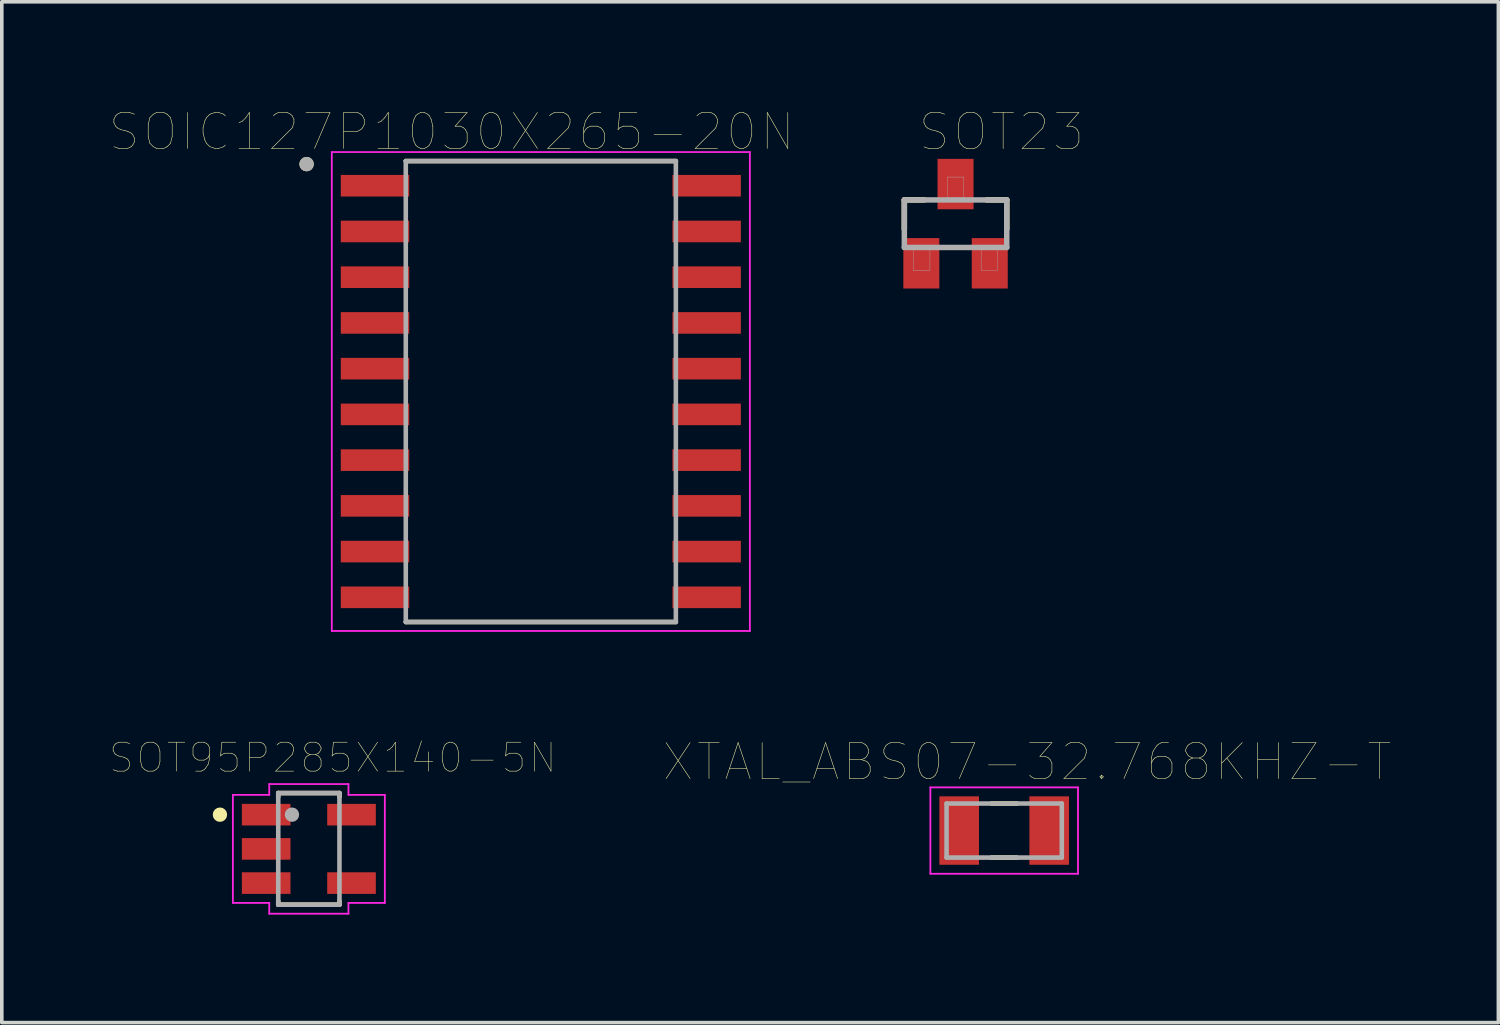
<source format=kicad_pcb>
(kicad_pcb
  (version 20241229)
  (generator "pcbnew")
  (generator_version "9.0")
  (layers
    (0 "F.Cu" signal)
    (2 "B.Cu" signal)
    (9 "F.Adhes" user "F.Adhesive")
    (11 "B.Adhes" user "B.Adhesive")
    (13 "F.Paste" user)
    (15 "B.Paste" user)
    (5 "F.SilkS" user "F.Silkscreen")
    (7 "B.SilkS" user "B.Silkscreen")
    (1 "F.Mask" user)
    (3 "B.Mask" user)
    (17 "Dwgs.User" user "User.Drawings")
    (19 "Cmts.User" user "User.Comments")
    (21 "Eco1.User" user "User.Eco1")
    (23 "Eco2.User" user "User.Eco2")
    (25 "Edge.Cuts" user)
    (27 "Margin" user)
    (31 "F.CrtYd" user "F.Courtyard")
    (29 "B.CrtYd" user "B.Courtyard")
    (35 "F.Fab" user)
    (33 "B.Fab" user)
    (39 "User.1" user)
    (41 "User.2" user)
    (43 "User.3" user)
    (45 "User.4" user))
  (footprint "SOT95P285X140-5N"
    (layer "F.Cu")
    (at 5.527 20.524)
    (property "Reference" "SOT95P285X140-5N" (at 0.664 -2.53 0) (layer "F.SilkS") (effects (font (size 0.803 0.803) (thickness 0.015))))
    (attr through_hole)
    (fp_line (start -0.85 -1.55) (end -0.85 -1.45) (stroke (width 0.127) (type solid)) (layer "F.SilkS"))
    (fp_line (start -0.85 1.55) (end -0.85 1.45) (stroke (width 0.127) (type solid)) (layer "F.SilkS"))
    (fp_line (start 0.85 -1.55) (end -0.85 -1.55) (stroke (width 0.127) (type solid)) (layer "F.SilkS"))
    (fp_line (start 0.85 -1.55) (end 0.85 -1.45) (stroke (width 0.127) (type solid)) (layer "F.SilkS"))
    (fp_line (start 0.85 1.55) (end -0.85 1.55) (stroke (width 0.127) (type solid)) (layer "F.SilkS"))
    (fp_line (start 0.85 1.55) (end 0.85 1.45) (stroke (width 0.127) (type solid)) (layer "F.SilkS"))
    (fp_circle (center -2.469 -0.95) (end -2.369 -0.95) (stroke (width 0.2) (type solid)) (fill no) (layer "F.SilkS"))
    (fp_line (start -2.11 -1.5) (end -2.11 1.5) (stroke (width 0.05) (type solid)) (layer "F.CrtYd"))
    (fp_line (start -2.11 1.5) (end -1.1 1.5) (stroke (width 0.05) (type solid)) (layer "F.CrtYd"))
    (fp_line (start -1.1 -1.8) (end -1.1 -1.5) (stroke (width 0.05) (type solid)) (layer "F.CrtYd"))
    (fp_line (start -1.1 -1.5) (end -2.11 -1.5) (stroke (width 0.05) (type solid)) (layer "F.CrtYd"))
    (fp_line (start -1.1 1.5) (end -1.1 1.8) (stroke (width 0.05) (type solid)) (layer "F.CrtYd"))
    (fp_line (start -1.1 1.8) (end 1.1 1.8) (stroke (width 0.05) (type solid)) (layer "F.CrtYd"))
    (fp_line (start 1.1 -1.8) (end -1.1 -1.8) (stroke (width 0.05) (type solid)) (layer "F.CrtYd"))
    (fp_line (start 1.1 -1.5) (end 1.1 -1.8) (stroke (width 0.05) (type solid)) (layer "F.CrtYd"))
    (fp_line (start 1.1 1.5) (end 2.11 1.5) (stroke (width 0.05) (type solid)) (layer "F.CrtYd"))
    (fp_line (start 1.1 1.8) (end 1.1 1.5) (stroke (width 0.05) (type solid)) (layer "F.CrtYd"))
    (fp_line (start 2.11 -1.5) (end 1.1 -1.5) (stroke (width 0.05) (type solid)) (layer "F.CrtYd"))
    (fp_line (start 2.11 1.5) (end 2.11 -1.5) (stroke (width 0.05) (type solid)) (layer "F.CrtYd"))
    (fp_line (start -0.85 -1.55) (end 0.85 -1.55) (stroke (width 0.127) (type solid)) (layer "F.Fab"))
    (fp_line (start -0.85 1.55) (end -0.85 -1.55) (stroke (width 0.127) (type solid)) (layer "F.Fab"))
    (fp_line (start 0.85 -1.55) (end 0.85 1.55) (stroke (width 0.127) (type solid)) (layer "F.Fab"))
    (fp_line (start 0.85 1.55) (end -0.85 1.55) (stroke (width 0.127) (type solid)) (layer "F.Fab"))
    (fp_circle (center -0.469 -0.95) (end -0.369 -0.95) (stroke (width 0.2) (type solid)) (fill no) (layer "F.Fab"))
    (pad "1" smd rect (at -1.185 -0.95) (size 1.35 0.6) (layers "F.Cu" "F.Mask" "F.Paste"))
    (pad "2" smd rect (at -1.185 0) (size 1.35 0.6) (layers "F.Cu" "F.Mask" "F.Paste"))
    (pad "3" smd rect (at -1.185 0.95) (size 1.35 0.6) (layers "F.Cu" "F.Mask" "F.Paste"))
    (pad "4" smd rect (at 1.185 0.95) (size 1.35 0.6) (layers "F.Cu" "F.Mask" "F.Paste"))
    (pad "5" smd rect (at 1.185 -0.95) (size 1.35 0.6) (layers "F.Cu" "F.Mask" "F.Paste")))
  (footprint "SOIC127P1030X265-20N"
    (layer "F.Cu")
    (at 11.969 7.823)
    (property "Reference" "SOIC127P1030X265-20N" (at -2.475 -7.212 0) (layer "F.SilkS") (effects (font (size 1 1) (thickness 0.015))))
    (attr through_hole)
    (fp_line (start -3.75 -6.4) (end 3.75 -6.4) (stroke (width 0.127) (type solid)) (layer "F.SilkS"))
    (fp_line (start -3.75 6.4) (end 3.75 6.4) (stroke (width 0.127) (type solid)) (layer "F.SilkS"))
    (fp_circle (center -6.505 -6.315) (end -6.405 -6.315) (stroke (width 0.2) (type solid)) (fill no) (layer "F.SilkS"))
    (fp_line (start -5.805 -6.65) (end -5.805 6.65) (stroke (width 0.05) (type solid)) (layer "F.CrtYd"))
    (fp_line (start -5.805 -6.65) (end 5.805 -6.65) (stroke (width 0.05) (type solid)) (layer "F.CrtYd"))
    (fp_line (start -5.805 6.65) (end 5.805 6.65) (stroke (width 0.05) (type solid)) (layer "F.CrtYd"))
    (fp_line (start 5.805 -6.65) (end 5.805 6.65) (stroke (width 0.05) (type solid)) (layer "F.CrtYd"))
    (fp_line (start -3.75 -6.4) (end -3.75 6.4) (stroke (width 0.127) (type solid)) (layer "F.Fab"))
    (fp_line (start -3.75 -6.4) (end 3.75 -6.4) (stroke (width 0.127) (type solid)) (layer "F.Fab"))
    (fp_line (start -3.75 6.4) (end 3.75 6.4) (stroke (width 0.127) (type solid)) (layer "F.Fab"))
    (fp_line (start 3.75 -6.4) (end 3.75 6.4) (stroke (width 0.127) (type solid)) (layer "F.Fab"))
    (fp_circle (center -6.505 -6.315) (end -6.405 -6.315) (stroke (width 0.2) (type solid)) (fill no) (layer "F.Fab"))
    (pad "1" smd rect (at -4.605 -5.715) (size 1.9 0.6) (layers "F.Cu" "F.Mask" "F.Paste"))
    (pad "2" smd rect (at -4.605 -4.445) (size 1.9 0.6) (layers "F.Cu" "F.Mask" "F.Paste"))
    (pad "3" smd rect (at -4.605 -3.175) (size 1.9 0.6) (layers "F.Cu" "F.Mask" "F.Paste"))
    (pad "4" smd rect (at -4.605 -1.905) (size 1.9 0.6) (layers "F.Cu" "F.Mask" "F.Paste"))
    (pad "5" smd rect (at -4.605 -0.635) (size 1.9 0.6) (layers "F.Cu" "F.Mask" "F.Paste"))
    (pad "6" smd rect (at -4.605 0.635) (size 1.9 0.6) (layers "F.Cu" "F.Mask" "F.Paste"))
    (pad "7" smd rect (at -4.605 1.905) (size 1.9 0.6) (layers "F.Cu" "F.Mask" "F.Paste"))
    (pad "8" smd rect (at -4.605 3.175) (size 1.9 0.6) (layers "F.Cu" "F.Mask" "F.Paste"))
    (pad "9" smd rect (at -4.605 4.445) (size 1.9 0.6) (layers "F.Cu" "F.Mask" "F.Paste"))
    (pad "10" smd rect (at -4.605 5.715) (size 1.9 0.6) (layers "F.Cu" "F.Mask" "F.Paste"))
    (pad "11" smd rect (at 4.605 5.715) (size 1.9 0.6) (layers "F.Cu" "F.Mask" "F.Paste"))
    (pad "12" smd rect (at 4.605 4.445) (size 1.9 0.6) (layers "F.Cu" "F.Mask" "F.Paste"))
    (pad "13" smd rect (at 4.605 3.175) (size 1.9 0.6) (layers "F.Cu" "F.Mask" "F.Paste"))
    (pad "14" smd rect (at 4.605 1.905) (size 1.9 0.6) (layers "F.Cu" "F.Mask" "F.Paste"))
    (pad "15" smd rect (at 4.605 0.635) (size 1.9 0.6) (layers "F.Cu" "F.Mask" "F.Paste"))
    (pad "16" smd rect (at 4.605 -0.635) (size 1.9 0.6) (layers "F.Cu" "F.Mask" "F.Paste"))
    (pad "17" smd rect (at 4.605 -1.905) (size 1.9 0.6) (layers "F.Cu" "F.Mask" "F.Paste"))
    (pad "18" smd rect (at 4.605 -3.175) (size 1.9 0.6) (layers "F.Cu" "F.Mask" "F.Paste"))
    (pad "19" smd rect (at 4.605 -4.445) (size 1.9 0.6) (layers "F.Cu" "F.Mask" "F.Paste"))
    (pad "20" smd rect (at 4.605 -5.715) (size 1.9 0.6) (layers "F.Cu" "F.Mask" "F.Paste")))
  (footprint "XTAL_ABS07-32.768KHZ-T"
    (layer "F.Cu")
    (at 24.837 20.015)
    (property "Reference" "XTAL_ABS07-32.768KHZ-T" (at 0.635 -1.905 0) (layer "F.SilkS") (effects (font (size 1 1) (thickness 0.015))))
    (attr through_hole)
    (fp_line (start -0.35 -0.75) (end 0.35 -0.75) (stroke (width 0.127) (type solid)) (layer "F.SilkS"))
    (fp_line (start -0.35 0.75) (end 0.35 0.75) (stroke (width 0.127) (type solid)) (layer "F.SilkS"))
    (fp_line (start -2.05 -1.2) (end 2.05 -1.2) (stroke (width 0.05) (type solid)) (layer "F.CrtYd"))
    (fp_line (start -2.05 1.2) (end -2.05 -1.2) (stroke (width 0.05) (type solid)) (layer "F.CrtYd"))
    (fp_line (start 2.05 -1.2) (end 2.05 1.2) (stroke (width 0.05) (type solid)) (layer "F.CrtYd"))
    (fp_line (start 2.05 1.2) (end -2.05 1.2) (stroke (width 0.05) (type solid)) (layer "F.CrtYd"))
    (fp_line (start -1.6 -0.75) (end 1.6 -0.75) (stroke (width 0.127) (type solid)) (layer "F.Fab"))
    (fp_line (start -1.6 0.75) (end -1.6 -0.75) (stroke (width 0.127) (type solid)) (layer "F.Fab"))
    (fp_line (start 1.6 -0.75) (end 1.6 0.75) (stroke (width 0.127) (type solid)) (layer "F.Fab"))
    (fp_line (start 1.6 0.75) (end -1.6 0.75) (stroke (width 0.127) (type solid)) (layer "F.Fab"))
    (pad "1" smd rect (at -1.25 0) (size 1.1 1.9) (layers "F.Cu" "F.Mask" "F.Paste"))
    (pad "2" smd rect (at 1.25 0) (size 1.1 1.9) (layers "F.Cu" "F.Mask" "F.Paste")))
  (footprint "SOT23"
    (layer "F.Cu")
    (at 23.486 3.162)
    (property "Reference" "SOT23" (at 1.274 -2.549 0) (layer "F.SilkS") (effects (font (size 1.004 1.004) (thickness 0.015))))
    (attr through_hole)
    (fp_line (start -1.422 -0.66) (end -0.864 -0.66) (stroke (width 0.152) (type solid)) (layer "F.SilkS"))
    (fp_line (start -1.422 0.152) (end -1.422 -0.66) (stroke (width 0.152) (type solid)) (layer "F.SilkS"))
    (fp_line (start 0.864 -0.66) (end 1.422 -0.66) (stroke (width 0.152) (type solid)) (layer "F.SilkS"))
    (fp_line (start 1.422 -0.66) (end 1.422 0.152) (stroke (width 0.152) (type solid)) (layer "F.SilkS"))
    (fp_line (start -1.422 -0.66) (end 1.422 -0.66) (stroke (width 0.152) (type solid)) (layer "F.Fab"))
    (fp_line (start -1.422 0.66) (end -1.422 -0.66) (stroke (width 0.152) (type solid)) (layer "F.Fab"))
    (fp_line (start 1.422 -0.66) (end 1.422 0.66) (stroke (width 0.152) (type solid)) (layer "F.Fab"))
    (fp_line (start 1.422 0.66) (end -1.422 0.66) (stroke (width 0.152) (type solid)) (layer "F.Fab"))
    (fp_poly (pts (xy -1.171 0.711) (xy -0.711 0.711) (xy -0.711 1.299) (xy -1.171 1.299)) (stroke (width 0.01) (type solid)) (fill no) (layer "F.Fab"))
    (fp_poly (pts (xy -0.229 -1.295) (xy 0.229 -1.295) (xy 0.229 -0.712) (xy -0.229 -0.712)) (stroke (width 0.01) (type solid)) (fill no) (layer "F.Fab"))
    (fp_poly (pts (xy 0.711 0.711) (xy 1.168 0.711) (xy 1.168 1.296) (xy 0.711 1.296)) (stroke (width 0.01) (type solid)) (fill no) (layer "F.Fab"))
    (pad "1" smd rect (at -0.95 1.1) (size 1 1.4) (layers "F.Cu" "F.Mask" "F.Paste"))
    (pad "2" smd rect (at 0.95 1.1) (size 1 1.4) (layers "F.Cu" "F.Mask" "F.Paste"))
    (pad "3" smd rect (at 0 -1.1) (size 1 1.4) (layers "F.Cu" "F.Mask" "F.Paste")))
  (gr_rect
    (start -3 -3)
    (end 38.561 25.349)
    (stroke (width 0.1) (type default))
    (fill no)
    (layer "Edge.Cuts")))
</source>
